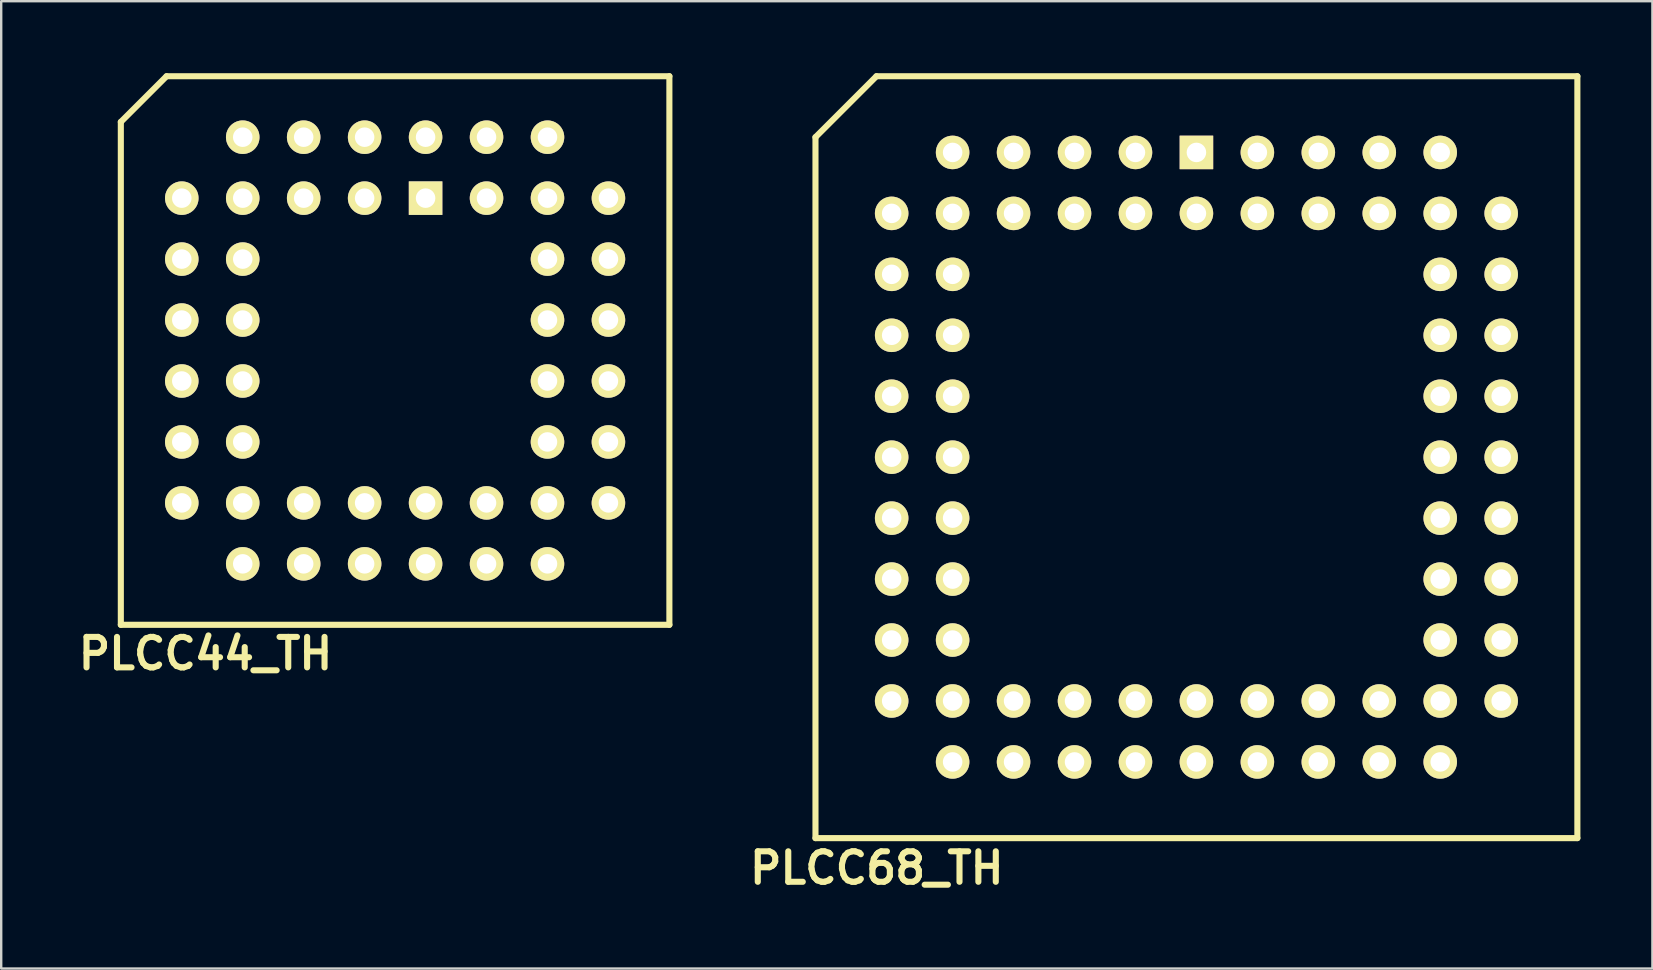
<source format=kicad_pcb>
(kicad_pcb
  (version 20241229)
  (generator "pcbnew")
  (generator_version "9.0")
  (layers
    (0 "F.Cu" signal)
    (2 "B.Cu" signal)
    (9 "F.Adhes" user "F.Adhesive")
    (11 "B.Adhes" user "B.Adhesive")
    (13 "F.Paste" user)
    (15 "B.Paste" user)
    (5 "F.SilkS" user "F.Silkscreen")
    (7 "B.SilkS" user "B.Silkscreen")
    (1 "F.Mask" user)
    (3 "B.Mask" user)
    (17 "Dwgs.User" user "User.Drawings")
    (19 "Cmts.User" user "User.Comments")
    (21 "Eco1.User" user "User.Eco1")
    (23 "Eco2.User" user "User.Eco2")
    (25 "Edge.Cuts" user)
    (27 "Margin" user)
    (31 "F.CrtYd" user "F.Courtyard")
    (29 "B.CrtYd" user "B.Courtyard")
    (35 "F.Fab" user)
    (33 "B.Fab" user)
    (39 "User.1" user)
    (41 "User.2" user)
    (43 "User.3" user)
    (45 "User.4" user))
  (footprint "PLCC44_TH"
    (layer "F.Cu")
    (at 13.415 11.557)
    (property "Reference" "PLCC44_TH" (at -7.9 12.63 0) (layer "F.SilkS") (effects (font (size 1.27 1.27) (thickness 0.254))))
    (attr through_hole)
    (fp_line (start -11.43 -9.525) (end -9.525 -11.43) (stroke (width 0.254) (type solid)) (layer "F.SilkS"))
    (fp_line (start -11.43 11.43) (end -11.43 -9.525) (stroke (width 0.254) (type solid)) (layer "F.SilkS"))
    (fp_line (start -9.525 -11.43) (end 11.43 -11.43) (stroke (width 0.254) (type solid)) (layer "F.SilkS"))
    (fp_line (start 11.43 -11.43) (end 11.43 11.43) (stroke (width 0.254) (type solid)) (layer "F.SilkS"))
    (fp_line (start 11.43 11.43) (end -11.43 11.43) (stroke (width 0.254) (type solid)) (layer "F.SilkS"))
    (pad "1" thru_hole rect (at 1.27 -6.35 270) (size 1.397 1.397) (drill 0.813) (layers "*.Cu" "*.Mask" "F.SilkS"))
    (pad "2" thru_hole circle (at -1.27 -8.89 270) (size 1.397 1.397) (drill 0.813) (layers "*.Cu" "*.Mask" "F.SilkS"))
    (pad "3" thru_hole circle (at -1.27 -6.35 270) (size 1.397 1.397) (drill 0.813) (layers "*.Cu" "*.Mask" "F.SilkS"))
    (pad "4" thru_hole circle (at -3.81 -8.89 270) (size 1.397 1.397) (drill 0.813) (layers "*.Cu" "*.Mask" "F.SilkS"))
    (pad "5" thru_hole circle (at -3.81 -6.35 270) (size 1.397 1.397) (drill 0.813) (layers "*.Cu" "*.Mask" "F.SilkS"))
    (pad "6" thru_hole circle (at -6.35 -8.89 270) (size 1.397 1.397) (drill 0.813) (layers "*.Cu" "*.Mask" "F.SilkS"))
    (pad "7" thru_hole circle (at -8.89 -6.35 270) (size 1.397 1.397) (drill 0.813) (layers "*.Cu" "*.Mask" "F.SilkS"))
    (pad "8" thru_hole circle (at -6.35 -6.35 270) (size 1.397 1.397) (drill 0.813) (layers "*.Cu" "*.Mask" "F.SilkS"))
    (pad "9" thru_hole circle (at -8.89 -3.81 270) (size 1.397 1.397) (drill 0.813) (layers "*.Cu" "*.Mask" "F.SilkS"))
    (pad "10" thru_hole circle (at -6.35 -3.81 270) (size 1.397 1.397) (drill 0.813) (layers "*.Cu" "*.Mask" "F.SilkS"))
    (pad "11" thru_hole circle (at -8.89 -1.27 270) (size 1.397 1.397) (drill 0.813) (layers "*.Cu" "*.Mask" "F.SilkS"))
    (pad "12" thru_hole circle (at -6.35 -1.27 270) (size 1.397 1.397) (drill 0.813) (layers "*.Cu" "*.Mask" "F.SilkS"))
    (pad "13" thru_hole circle (at -8.89 1.27 270) (size 1.397 1.397) (drill 0.813) (layers "*.Cu" "*.Mask" "F.SilkS"))
    (pad "14" thru_hole circle (at -6.35 1.27 270) (size 1.397 1.397) (drill 0.813) (layers "*.Cu" "*.Mask" "F.SilkS"))
    (pad "15" thru_hole circle (at -8.89 3.81 270) (size 1.397 1.397) (drill 0.813) (layers "*.Cu" "*.Mask" "F.SilkS"))
    (pad "16" thru_hole circle (at -6.35 3.81 270) (size 1.397 1.397) (drill 0.813) (layers "*.Cu" "*.Mask" "F.SilkS"))
    (pad "17" thru_hole circle (at -8.89 6.35 270) (size 1.397 1.397) (drill 0.813) (layers "*.Cu" "*.Mask" "F.SilkS"))
    (pad "18" thru_hole circle (at -6.35 8.89 270) (size 1.397 1.397) (drill 0.813) (layers "*.Cu" "*.Mask" "F.SilkS"))
    (pad "19" thru_hole circle (at -6.35 6.35 270) (size 1.397 1.397) (drill 0.813) (layers "*.Cu" "*.Mask" "F.SilkS"))
    (pad "20" thru_hole circle (at -3.81 8.89 270) (size 1.397 1.397) (drill 0.813) (layers "*.Cu" "*.Mask" "F.SilkS"))
    (pad "21" thru_hole circle (at -3.81 6.35 270) (size 1.397 1.397) (drill 0.813) (layers "*.Cu" "*.Mask" "F.SilkS"))
    (pad "22" thru_hole circle (at -1.27 8.89 270) (size 1.397 1.397) (drill 0.813) (layers "*.Cu" "*.Mask" "F.SilkS"))
    (pad "23" thru_hole circle (at -1.27 6.35 270) (size 1.397 1.397) (drill 0.813) (layers "*.Cu" "*.Mask" "F.SilkS"))
    (pad "24" thru_hole circle (at 1.27 8.89 270) (size 1.397 1.397) (drill 0.813) (layers "*.Cu" "*.Mask" "F.SilkS"))
    (pad "25" thru_hole circle (at 1.27 6.35 270) (size 1.397 1.397) (drill 0.813) (layers "*.Cu" "*.Mask" "F.SilkS"))
    (pad "26" thru_hole circle (at 3.81 8.89 270) (size 1.397 1.397) (drill 0.813) (layers "*.Cu" "*.Mask" "F.SilkS"))
    (pad "27" thru_hole circle (at 3.81 6.35 270) (size 1.397 1.397) (drill 0.813) (layers "*.Cu" "*.Mask" "F.SilkS"))
    (pad "28" thru_hole circle (at 6.35 8.89 270) (size 1.397 1.397) (drill 0.813) (layers "*.Cu" "*.Mask" "F.SilkS"))
    (pad "29" thru_hole circle (at 8.89 6.35 270) (size 1.397 1.397) (drill 0.813) (layers "*.Cu" "*.Mask" "F.SilkS"))
    (pad "30" thru_hole circle (at 6.35 6.35 270) (size 1.397 1.397) (drill 0.813) (layers "*.Cu" "*.Mask" "F.SilkS"))
    (pad "31" thru_hole circle (at 8.89 3.81 270) (size 1.397 1.397) (drill 0.813) (layers "*.Cu" "*.Mask" "F.SilkS"))
    (pad "32" thru_hole circle (at 6.35 3.81 270) (size 1.397 1.397) (drill 0.813) (layers "*.Cu" "*.Mask" "F.SilkS"))
    (pad "33" thru_hole circle (at 8.89 1.27 270) (size 1.397 1.397) (drill 0.813) (layers "*.Cu" "*.Mask" "F.SilkS"))
    (pad "34" thru_hole circle (at 6.35 1.27 270) (size 1.397 1.397) (drill 0.813) (layers "*.Cu" "*.Mask" "F.SilkS"))
    (pad "35" thru_hole circle (at 8.89 -1.27 270) (size 1.397 1.397) (drill 0.813) (layers "*.Cu" "*.Mask" "F.SilkS"))
    (pad "36" thru_hole circle (at 6.35 -1.27 270) (size 1.397 1.397) (drill 0.813) (layers "*.Cu" "*.Mask" "F.SilkS"))
    (pad "37" thru_hole circle (at 8.89 -3.81 270) (size 1.397 1.397) (drill 0.813) (layers "*.Cu" "*.Mask" "F.SilkS"))
    (pad "38" thru_hole circle (at 6.35 -3.81 270) (size 1.397 1.397) (drill 0.813) (layers "*.Cu" "*.Mask" "F.SilkS"))
    (pad "39" thru_hole circle (at 8.89 -6.35 270) (size 1.397 1.397) (drill 0.813) (layers "*.Cu" "*.Mask" "F.SilkS"))
    (pad "40" thru_hole circle (at 6.35 -8.89 270) (size 1.397 1.397) (drill 0.813) (layers "*.Cu" "*.Mask" "F.SilkS"))
    (pad "41" thru_hole circle (at 6.35 -6.35 270) (size 1.397 1.397) (drill 0.813) (layers "*.Cu" "*.Mask" "F.SilkS"))
    (pad "42" thru_hole circle (at 3.81 -8.89 270) (size 1.397 1.397) (drill 0.813) (layers "*.Cu" "*.Mask" "F.SilkS"))
    (pad "43" thru_hole circle (at 3.81 -6.35 270) (size 1.397 1.397) (drill 0.813) (layers "*.Cu" "*.Mask" "F.SilkS"))
    (pad "44" thru_hole circle (at 1.27 -8.89 270) (size 1.397 1.397) (drill 0.813) (layers "*.Cu" "*.Mask" "F.SilkS")))
  (footprint "PLCC68_TH"
    (layer "F.Cu")
    (at 46.808 16.002)
    (property "Reference" "PLCC68_TH" (at -13.32 17.12 0) (layer "F.SilkS") (effects (font (size 1.27 1.27) (thickness 0.254))))
    (attr through_hole)
    (fp_line (start -15.875 -13.335) (end -15.875 15.875) (stroke (width 0.254) (type solid)) (layer "F.SilkS"))
    (fp_line (start -15.875 -13.335) (end -13.335 -15.875) (stroke (width 0.254) (type solid)) (layer "F.SilkS"))
    (fp_line (start -13.335 -15.875) (end 15.875 -15.875) (stroke (width 0.254) (type solid)) (layer "F.SilkS"))
    (fp_line (start 15.875 -15.875) (end 15.875 15.875) (stroke (width 0.254) (type solid)) (layer "F.SilkS"))
    (fp_line (start 15.875 15.875) (end -15.875 15.875) (stroke (width 0.254) (type solid)) (layer "F.SilkS"))
    (pad "1" thru_hole rect (at 0 -12.7 270) (size 1.397 1.397) (drill 0.813) (layers "*.Cu" "*.Mask" "F.SilkS"))
    (pad "2" thru_hole circle (at 0 -10.16 270) (size 1.397 1.397) (drill 0.813) (layers "*.Cu" "*.Mask" "F.SilkS"))
    (pad "3" thru_hole circle (at -2.54 -12.7 270) (size 1.397 1.397) (drill 0.813) (layers "*.Cu" "*.Mask" "F.SilkS"))
    (pad "4" thru_hole circle (at -2.54 -10.16 270) (size 1.397 1.397) (drill 0.813) (layers "*.Cu" "*.Mask" "F.SilkS"))
    (pad "5" thru_hole circle (at -5.08 -12.7 270) (size 1.397 1.397) (drill 0.813) (layers "*.Cu" "*.Mask" "F.SilkS"))
    (pad "6" thru_hole circle (at -5.08 -10.16 270) (size 1.397 1.397) (drill 0.813) (layers "*.Cu" "*.Mask" "F.SilkS"))
    (pad "7" thru_hole circle (at -7.62 -12.7 270) (size 1.397 1.397) (drill 0.813) (layers "*.Cu" "*.Mask" "F.SilkS"))
    (pad "8" thru_hole circle (at -7.62 -10.16 270) (size 1.397 1.397) (drill 0.813) (layers "*.Cu" "*.Mask" "F.SilkS"))
    (pad "9" thru_hole circle (at -10.16 -12.7 270) (size 1.397 1.397) (drill 0.813) (layers "*.Cu" "*.Mask" "F.SilkS"))
    (pad "10" thru_hole circle (at -12.7 -10.16 270) (size 1.397 1.397) (drill 0.813) (layers "*.Cu" "*.Mask" "F.SilkS"))
    (pad "11" thru_hole circle (at -10.16 -10.16 270) (size 1.397 1.397) (drill 0.813) (layers "*.Cu" "*.Mask" "F.SilkS"))
    (pad "12" thru_hole circle (at -12.7 -7.62 270) (size 1.397 1.397) (drill 0.813) (layers "*.Cu" "*.Mask" "F.SilkS"))
    (pad "13" thru_hole circle (at -10.16 -7.62 270) (size 1.397 1.397) (drill 0.813) (layers "*.Cu" "*.Mask" "F.SilkS"))
    (pad "14" thru_hole circle (at -12.7 -5.08 270) (size 1.397 1.397) (drill 0.813) (layers "*.Cu" "*.Mask" "F.SilkS"))
    (pad "15" thru_hole circle (at -10.16 -5.08 270) (size 1.397 1.397) (drill 0.813) (layers "*.Cu" "*.Mask" "F.SilkS"))
    (pad "16" thru_hole circle (at -12.7 -2.54 270) (size 1.397 1.397) (drill 0.813) (layers "*.Cu" "*.Mask" "F.SilkS"))
    (pad "17" thru_hole circle (at -10.16 -2.54 270) (size 1.397 1.397) (drill 0.813) (layers "*.Cu" "*.Mask" "F.SilkS"))
    (pad "18" thru_hole circle (at -12.7 0 270) (size 1.397 1.397) (drill 0.813) (layers "*.Cu" "*.Mask" "F.SilkS"))
    (pad "19" thru_hole circle (at -10.16 0 270) (size 1.397 1.397) (drill 0.813) (layers "*.Cu" "*.Mask" "F.SilkS"))
    (pad "20" thru_hole circle (at -12.7 2.54 270) (size 1.397 1.397) (drill 0.813) (layers "*.Cu" "*.Mask" "F.SilkS"))
    (pad "21" thru_hole circle (at -10.16 2.54 270) (size 1.397 1.397) (drill 0.813) (layers "*.Cu" "*.Mask" "F.SilkS"))
    (pad "22" thru_hole circle (at -12.7 5.08 270) (size 1.397 1.397) (drill 0.813) (layers "*.Cu" "*.Mask" "F.SilkS"))
    (pad "23" thru_hole circle (at -10.16 5.08 270) (size 1.397 1.397) (drill 0.813) (layers "*.Cu" "*.Mask" "F.SilkS"))
    (pad "24" thru_hole circle (at -12.7 7.62 270) (size 1.397 1.397) (drill 0.813) (layers "*.Cu" "*.Mask" "F.SilkS"))
    (pad "25" thru_hole circle (at -10.16 7.62 270) (size 1.397 1.397) (drill 0.813) (layers "*.Cu" "*.Mask" "F.SilkS"))
    (pad "26" thru_hole circle (at -12.7 10.16 270) (size 1.397 1.397) (drill 0.813) (layers "*.Cu" "*.Mask" "F.SilkS"))
    (pad "27" thru_hole circle (at -10.16 12.7 270) (size 1.397 1.397) (drill 0.813) (layers "*.Cu" "*.Mask" "F.SilkS"))
    (pad "28" thru_hole circle (at -10.16 10.16 270) (size 1.397 1.397) (drill 0.813) (layers "*.Cu" "*.Mask" "F.SilkS"))
    (pad "29" thru_hole circle (at -7.62 12.7 270) (size 1.397 1.397) (drill 0.813) (layers "*.Cu" "*.Mask" "F.SilkS"))
    (pad "30" thru_hole circle (at -7.62 10.16 270) (size 1.397 1.397) (drill 0.813) (layers "*.Cu" "*.Mask" "F.SilkS"))
    (pad "31" thru_hole circle (at -5.08 12.7 270) (size 1.397 1.397) (drill 0.813) (layers "*.Cu" "*.Mask" "F.SilkS"))
    (pad "32" thru_hole circle (at -5.08 10.16 270) (size 1.397 1.397) (drill 0.813) (layers "*.Cu" "*.Mask" "F.SilkS"))
    (pad "33" thru_hole circle (at -2.54 12.7 270) (size 1.397 1.397) (drill 0.813) (layers "*.Cu" "*.Mask" "F.SilkS"))
    (pad "34" thru_hole circle (at -2.54 10.16 270) (size 1.397 1.397) (drill 0.813) (layers "*.Cu" "*.Mask" "F.SilkS"))
    (pad "35" thru_hole circle (at 0 12.7 270) (size 1.397 1.397) (drill 0.813) (layers "*.Cu" "*.Mask" "F.SilkS"))
    (pad "36" thru_hole circle (at 0 10.16 270) (size 1.397 1.397) (drill 0.813) (layers "*.Cu" "*.Mask" "F.SilkS"))
    (pad "37" thru_hole circle (at 2.54 12.7 270) (size 1.397 1.397) (drill 0.813) (layers "*.Cu" "*.Mask" "F.SilkS"))
    (pad "38" thru_hole circle (at 2.54 10.16 270) (size 1.397 1.397) (drill 0.813) (layers "*.Cu" "*.Mask" "F.SilkS"))
    (pad "39" thru_hole circle (at 5.08 12.7 270) (size 1.397 1.397) (drill 0.813) (layers "*.Cu" "*.Mask" "F.SilkS"))
    (pad "40" thru_hole circle (at 5.08 10.16 270) (size 1.397 1.397) (drill 0.813) (layers "*.Cu" "*.Mask" "F.SilkS"))
    (pad "41" thru_hole circle (at 7.62 12.7 270) (size 1.397 1.397) (drill 0.813) (layers "*.Cu" "*.Mask" "F.SilkS"))
    (pad "42" thru_hole circle (at 7.62 10.16 270) (size 1.397 1.397) (drill 0.813) (layers "*.Cu" "*.Mask" "F.SilkS"))
    (pad "43" thru_hole circle (at 10.16 12.7 270) (size 1.397 1.397) (drill 0.813) (layers "*.Cu" "*.Mask" "F.SilkS"))
    (pad "44" thru_hole circle (at 12.7 10.16 270) (size 1.397 1.397) (drill 0.813) (layers "*.Cu" "*.Mask" "F.SilkS"))
    (pad "45" thru_hole circle (at 10.16 10.16 270) (size 1.397 1.397) (drill 0.813) (layers "*.Cu" "*.Mask" "F.SilkS"))
    (pad "46" thru_hole circle (at 12.7 7.62 270) (size 1.397 1.397) (drill 0.813) (layers "*.Cu" "*.Mask" "F.SilkS"))
    (pad "47" thru_hole circle (at 10.16 7.62 270) (size 1.397 1.397) (drill 0.813) (layers "*.Cu" "*.Mask" "F.SilkS"))
    (pad "48" thru_hole circle (at 12.7 5.08 270) (size 1.397 1.397) (drill 0.813) (layers "*.Cu" "*.Mask" "F.SilkS"))
    (pad "49" thru_hole circle (at 10.16 5.08 270) (size 1.397 1.397) (drill 0.813) (layers "*.Cu" "*.Mask" "F.SilkS"))
    (pad "50" thru_hole circle (at 12.7 2.54 270) (size 1.397 1.397) (drill 0.813) (layers "*.Cu" "*.Mask" "F.SilkS"))
    (pad "51" thru_hole circle (at 10.16 2.54 270) (size 1.397 1.397) (drill 0.813) (layers "*.Cu" "*.Mask" "F.SilkS"))
    (pad "52" thru_hole circle (at 12.7 0 270) (size 1.397 1.397) (drill 0.813) (layers "*.Cu" "*.Mask" "F.SilkS"))
    (pad "53" thru_hole circle (at 10.16 0 270) (size 1.397 1.397) (drill 0.813) (layers "*.Cu" "*.Mask" "F.SilkS"))
    (pad "54" thru_hole circle (at 12.7 -2.54 270) (size 1.397 1.397) (drill 0.813) (layers "*.Cu" "*.Mask" "F.SilkS"))
    (pad "55" thru_hole circle (at 10.16 -2.54 270) (size 1.397 1.397) (drill 0.813) (layers "*.Cu" "*.Mask" "F.SilkS"))
    (pad "56" thru_hole circle (at 12.7 -5.08 270) (size 1.397 1.397) (drill 0.813) (layers "*.Cu" "*.Mask" "F.SilkS"))
    (pad "57" thru_hole circle (at 10.16 -5.08 270) (size 1.397 1.397) (drill 0.813) (layers "*.Cu" "*.Mask" "F.SilkS"))
    (pad "58" thru_hole circle (at 12.7 -7.62 270) (size 1.397 1.397) (drill 0.813) (layers "*.Cu" "*.Mask" "F.SilkS"))
    (pad "59" thru_hole circle (at 10.16 -7.62 270) (size 1.397 1.397) (drill 0.813) (layers "*.Cu" "*.Mask" "F.SilkS"))
    (pad "60" thru_hole circle (at 12.7 -10.16 270) (size 1.397 1.397) (drill 0.813) (layers "*.Cu" "*.Mask" "F.SilkS"))
    (pad "61" thru_hole circle (at 10.16 -12.7 270) (size 1.397 1.397) (drill 0.813) (layers "*.Cu" "*.Mask" "F.SilkS"))
    (pad "62" thru_hole circle (at 10.16 -10.16 270) (size 1.397 1.397) (drill 0.813) (layers "*.Cu" "*.Mask" "F.SilkS"))
    (pad "63" thru_hole circle (at 7.62 -12.7 270) (size 1.397 1.397) (drill 0.813) (layers "*.Cu" "*.Mask" "F.SilkS"))
    (pad "64" thru_hole circle (at 7.62 -10.16 270) (size 1.397 1.397) (drill 0.813) (layers "*.Cu" "*.Mask" "F.SilkS"))
    (pad "65" thru_hole circle (at 5.08 -12.7 270) (size 1.397 1.397) (drill 0.813) (layers "*.Cu" "*.Mask" "F.SilkS"))
    (pad "66" thru_hole circle (at 5.08 -10.16 270) (size 1.397 1.397) (drill 0.813) (layers "*.Cu" "*.Mask" "F.SilkS"))
    (pad "67" thru_hole circle (at 2.54 -12.7 270) (size 1.397 1.397) (drill 0.813) (layers "*.Cu" "*.Mask" "F.SilkS"))
    (pad "68" thru_hole circle (at 2.54 -10.16 270) (size 1.397 1.397) (drill 0.813) (layers "*.Cu" "*.Mask" "F.SilkS")))
  (gr_rect
    (start -3 -3)
    (end 65.81 37.311)
    (stroke (width 0.1) (type default))
    (fill no)
    (layer "Edge.Cuts")))
</source>
